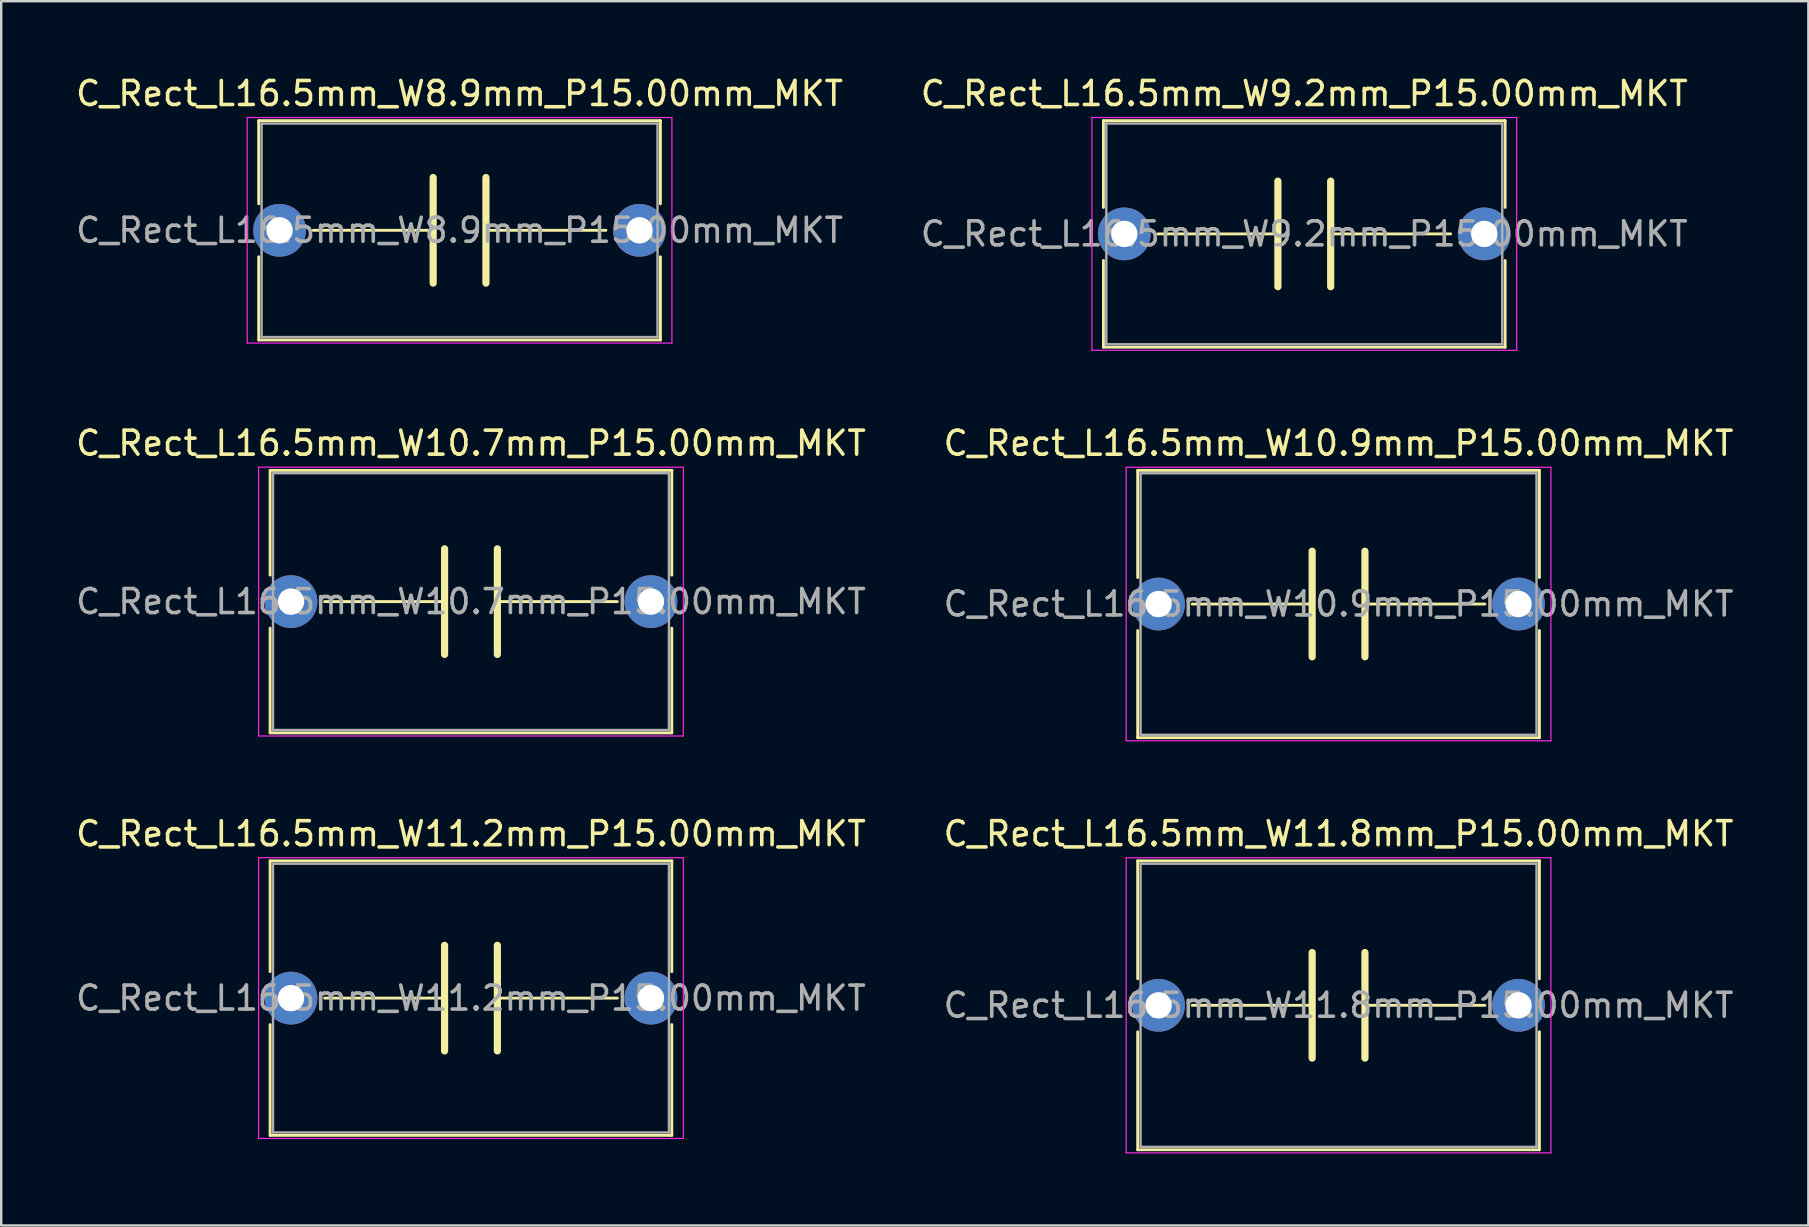
<source format=kicad_pcb>
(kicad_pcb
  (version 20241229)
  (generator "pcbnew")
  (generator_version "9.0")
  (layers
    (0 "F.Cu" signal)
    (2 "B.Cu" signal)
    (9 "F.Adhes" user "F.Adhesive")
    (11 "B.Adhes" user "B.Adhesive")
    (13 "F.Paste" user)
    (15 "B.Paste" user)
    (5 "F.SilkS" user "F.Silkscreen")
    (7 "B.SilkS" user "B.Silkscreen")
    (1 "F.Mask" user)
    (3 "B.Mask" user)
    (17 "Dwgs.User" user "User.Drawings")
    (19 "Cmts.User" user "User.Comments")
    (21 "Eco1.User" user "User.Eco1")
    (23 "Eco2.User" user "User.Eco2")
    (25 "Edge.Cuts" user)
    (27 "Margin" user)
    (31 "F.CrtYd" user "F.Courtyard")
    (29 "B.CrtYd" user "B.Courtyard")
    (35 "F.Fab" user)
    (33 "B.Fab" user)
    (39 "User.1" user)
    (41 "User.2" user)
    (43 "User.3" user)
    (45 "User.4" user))
  (footprint "C_Rect_L16.5mm_W11.2mm_P15.00mm_MKT"
    (layer "F.Cu")
    (at 9.077 38.545)
    (property "Reference" "C_Rect_L16.5mm_W11.2mm_P15.00mm_MKT" (at 7.5 -6.85 0) (layer "F.SilkS") (effects (font (size 1 1) (thickness 0.15))))
    (attr through_hole)
    (fp_line (start -0.87 -5.72) (end -0.87 -1.104) (stroke (width 0.12) (type solid)) (layer "F.SilkS"))
    (fp_line (start -0.87 -5.72) (end 15.87 -5.72) (stroke (width 0.12) (type solid)) (layer "F.SilkS"))
    (fp_line (start -0.87 1.104) (end -0.87 5.72) (stroke (width 0.12) (type solid)) (layer "F.SilkS"))
    (fp_line (start -0.87 5.72) (end 15.87 5.72) (stroke (width 0.12) (type solid)) (layer "F.SilkS"))
    (fp_line (start 1.4 0) (end 6.4 0) (stroke (width 0.12) (type solid)) (layer "F.SilkS"))
    (fp_line (start 6.4 -2.2) (end 6.4 2.2) (stroke (width 0.3) (type solid)) (layer "F.SilkS"))
    (fp_line (start 8.6 -2.2) (end 8.6 2.2) (stroke (width 0.3) (type solid)) (layer "F.SilkS"))
    (fp_line (start 8.6 0) (end 13.6 0) (stroke (width 0.12) (type solid)) (layer "F.SilkS"))
    (fp_line (start 15.87 -5.72) (end 15.87 -1.104) (stroke (width 0.12) (type solid)) (layer "F.SilkS"))
    (fp_line (start 15.87 1.104) (end 15.87 5.72) (stroke (width 0.12) (type solid)) (layer "F.SilkS"))
    (fp_line (start -1.35 -5.85) (end -1.35 5.85) (stroke (width 0.05) (type solid)) (layer "F.CrtYd"))
    (fp_line (start -1.35 5.85) (end 16.35 5.85) (stroke (width 0.05) (type solid)) (layer "F.CrtYd"))
    (fp_line (start 16.35 -5.85) (end -1.35 -5.85) (stroke (width 0.05) (type solid)) (layer "F.CrtYd"))
    (fp_line (start 16.35 5.85) (end 16.35 -5.85) (stroke (width 0.05) (type solid)) (layer "F.CrtYd"))
    (fp_line (start -0.75 -5.6) (end -0.75 5.6) (stroke (width 0.1) (type solid)) (layer "F.Fab"))
    (fp_line (start -0.75 5.6) (end 15.75 5.6) (stroke (width 0.1) (type solid)) (layer "F.Fab"))
    (fp_line (start 15.75 -5.6) (end -0.75 -5.6) (stroke (width 0.1) (type solid)) (layer "F.Fab"))
    (fp_line (start 15.75 5.6) (end 15.75 -5.6) (stroke (width 0.1) (type solid)) (layer "F.Fab"))
    (fp_text user "${REFERENCE}" (at 7.5 0 0) (layer "F.Fab") (effects (font (size 1 1) (thickness 0.15))))
    (pad "1" thru_hole circle (at 0 0) (size 2.2 2.2) (drill 1.1) (layers "*.Cu" "*.Mask"))
    (pad "2" thru_hole circle (at 15 0) (size 2.2 2.2) (drill 1.1) (layers "*.Cu" "*.Mask")))
  (footprint "C_Rect_L16.5mm_W10.9mm_P15.00mm_MKT"
    (layer "F.Cu")
    (at 45.232 22.122)
    (property "Reference" "C_Rect_L16.5mm_W10.9mm_P15.00mm_MKT" (at 7.5 -6.7 0) (layer "F.SilkS") (effects (font (size 1 1) (thickness 0.15))))
    (attr through_hole)
    (fp_line (start -0.87 -5.57) (end -0.87 -1.104) (stroke (width 0.12) (type solid)) (layer "F.SilkS"))
    (fp_line (start -0.87 -5.57) (end 15.87 -5.57) (stroke (width 0.12) (type solid)) (layer "F.SilkS"))
    (fp_line (start -0.87 1.104) (end -0.87 5.57) (stroke (width 0.12) (type solid)) (layer "F.SilkS"))
    (fp_line (start -0.87 5.57) (end 15.87 5.57) (stroke (width 0.12) (type solid)) (layer "F.SilkS"))
    (fp_line (start 1.4 0) (end 6.4 0) (stroke (width 0.12) (type solid)) (layer "F.SilkS"))
    (fp_line (start 6.4 -2.2) (end 6.4 2.2) (stroke (width 0.3) (type solid)) (layer "F.SilkS"))
    (fp_line (start 8.6 -2.2) (end 8.6 2.2) (stroke (width 0.3) (type solid)) (layer "F.SilkS"))
    (fp_line (start 8.6 0) (end 13.6 0) (stroke (width 0.12) (type solid)) (layer "F.SilkS"))
    (fp_line (start 15.87 -5.57) (end 15.87 -1.104) (stroke (width 0.12) (type solid)) (layer "F.SilkS"))
    (fp_line (start 15.87 1.104) (end 15.87 5.57) (stroke (width 0.12) (type solid)) (layer "F.SilkS"))
    (fp_line (start -1.35 -5.7) (end -1.35 5.7) (stroke (width 0.05) (type solid)) (layer "F.CrtYd"))
    (fp_line (start -1.35 5.7) (end 16.35 5.7) (stroke (width 0.05) (type solid)) (layer "F.CrtYd"))
    (fp_line (start 16.35 -5.7) (end -1.35 -5.7) (stroke (width 0.05) (type solid)) (layer "F.CrtYd"))
    (fp_line (start 16.35 5.7) (end 16.35 -5.7) (stroke (width 0.05) (type solid)) (layer "F.CrtYd"))
    (fp_line (start -0.75 -5.45) (end -0.75 5.45) (stroke (width 0.1) (type solid)) (layer "F.Fab"))
    (fp_line (start -0.75 5.45) (end 15.75 5.45) (stroke (width 0.1) (type solid)) (layer "F.Fab"))
    (fp_line (start 15.75 -5.45) (end -0.75 -5.45) (stroke (width 0.1) (type solid)) (layer "F.Fab"))
    (fp_line (start 15.75 5.45) (end 15.75 -5.45) (stroke (width 0.1) (type solid)) (layer "F.Fab"))
    (fp_text user "${REFERENCE}" (at 7.5 0 0) (layer "F.Fab") (effects (font (size 1 1) (thickness 0.15))))
    (pad "1" thru_hole circle (at 0 0) (size 2.2 2.2) (drill 1.1) (layers "*.Cu" "*.Mask"))
    (pad "2" thru_hole circle (at 15 0) (size 2.2 2.2) (drill 1.1) (layers "*.Cu" "*.Mask")))
  (footprint "C_Rect_L16.5mm_W8.9mm_P15.00mm_MKT"
    (layer "F.Cu")
    (at 8.601 6.548)
    (property "Reference" "C_Rect_L16.5mm_W8.9mm_P15.00mm_MKT" (at 7.5 -5.7 0) (layer "F.SilkS") (effects (font (size 1 1) (thickness 0.15))))
    (attr through_hole)
    (fp_line (start -0.87 -4.57) (end -0.87 -1.104) (stroke (width 0.12) (type solid)) (layer "F.SilkS"))
    (fp_line (start -0.87 -4.57) (end 15.87 -4.57) (stroke (width 0.12) (type solid)) (layer "F.SilkS"))
    (fp_line (start -0.87 1.104) (end -0.87 4.57) (stroke (width 0.12) (type solid)) (layer "F.SilkS"))
    (fp_line (start -0.87 4.57) (end 15.87 4.57) (stroke (width 0.12) (type solid)) (layer "F.SilkS"))
    (fp_line (start 1.4 0) (end 6.4 0) (stroke (width 0.12) (type solid)) (layer "F.SilkS"))
    (fp_line (start 6.4 -2.2) (end 6.4 2.2) (stroke (width 0.3) (type solid)) (layer "F.SilkS"))
    (fp_line (start 8.6 -2.2) (end 8.6 2.2) (stroke (width 0.3) (type solid)) (layer "F.SilkS"))
    (fp_line (start 8.6 0) (end 13.6 0) (stroke (width 0.12) (type solid)) (layer "F.SilkS"))
    (fp_line (start 15.87 -4.57) (end 15.87 -1.104) (stroke (width 0.12) (type solid)) (layer "F.SilkS"))
    (fp_line (start 15.87 1.104) (end 15.87 4.57) (stroke (width 0.12) (type solid)) (layer "F.SilkS"))
    (fp_line (start -1.35 -4.7) (end -1.35 4.7) (stroke (width 0.05) (type solid)) (layer "F.CrtYd"))
    (fp_line (start -1.35 4.7) (end 16.35 4.7) (stroke (width 0.05) (type solid)) (layer "F.CrtYd"))
    (fp_line (start 16.35 -4.7) (end -1.35 -4.7) (stroke (width 0.05) (type solid)) (layer "F.CrtYd"))
    (fp_line (start 16.35 4.7) (end 16.35 -4.7) (stroke (width 0.05) (type solid)) (layer "F.CrtYd"))
    (fp_line (start -0.75 -4.45) (end -0.75 4.45) (stroke (width 0.1) (type solid)) (layer "F.Fab"))
    (fp_line (start -0.75 4.45) (end 15.75 4.45) (stroke (width 0.1) (type solid)) (layer "F.Fab"))
    (fp_line (start 15.75 -4.45) (end -0.75 -4.45) (stroke (width 0.1) (type solid)) (layer "F.Fab"))
    (fp_line (start 15.75 4.45) (end 15.75 -4.45) (stroke (width 0.1) (type solid)) (layer "F.Fab"))
    (fp_text user "${REFERENCE}" (at 7.5 0 0) (layer "F.Fab") (effects (font (size 1 1) (thickness 0.15))))
    (pad "1" thru_hole circle (at 0 0) (size 2.2 2.2) (drill 1.1) (layers "*.Cu" "*.Mask"))
    (pad "2" thru_hole circle (at 15 0) (size 2.2 2.2) (drill 1.1) (layers "*.Cu" "*.Mask")))
  (footprint "C_Rect_L16.5mm_W10.7mm_P15.00mm_MKT"
    (layer "F.Cu")
    (at 9.077 22.021)
    (property "Reference" "C_Rect_L16.5mm_W10.7mm_P15.00mm_MKT" (at 7.5 -6.6 0) (layer "F.SilkS") (effects (font (size 1 1) (thickness 0.15))))
    (attr through_hole)
    (fp_line (start -0.87 -5.47) (end -0.87 -1.104) (stroke (width 0.12) (type solid)) (layer "F.SilkS"))
    (fp_line (start -0.87 -5.47) (end 15.87 -5.47) (stroke (width 0.12) (type solid)) (layer "F.SilkS"))
    (fp_line (start -0.87 1.104) (end -0.87 5.47) (stroke (width 0.12) (type solid)) (layer "F.SilkS"))
    (fp_line (start -0.87 5.47) (end 15.87 5.47) (stroke (width 0.12) (type solid)) (layer "F.SilkS"))
    (fp_line (start 1.4 0) (end 6.4 0) (stroke (width 0.12) (type solid)) (layer "F.SilkS"))
    (fp_line (start 6.4 -2.2) (end 6.4 2.2) (stroke (width 0.3) (type solid)) (layer "F.SilkS"))
    (fp_line (start 8.6 -2.2) (end 8.6 2.2) (stroke (width 0.3) (type solid)) (layer "F.SilkS"))
    (fp_line (start 8.6 0) (end 13.6 0) (stroke (width 0.12) (type solid)) (layer "F.SilkS"))
    (fp_line (start 15.87 -5.47) (end 15.87 -1.104) (stroke (width 0.12) (type solid)) (layer "F.SilkS"))
    (fp_line (start 15.87 1.104) (end 15.87 5.47) (stroke (width 0.12) (type solid)) (layer "F.SilkS"))
    (fp_line (start -1.35 -5.6) (end -1.35 5.6) (stroke (width 0.05) (type solid)) (layer "F.CrtYd"))
    (fp_line (start -1.35 5.6) (end 16.35 5.6) (stroke (width 0.05) (type solid)) (layer "F.CrtYd"))
    (fp_line (start 16.35 -5.6) (end -1.35 -5.6) (stroke (width 0.05) (type solid)) (layer "F.CrtYd"))
    (fp_line (start 16.35 5.6) (end 16.35 -5.6) (stroke (width 0.05) (type solid)) (layer "F.CrtYd"))
    (fp_line (start -0.75 -5.35) (end -0.75 5.35) (stroke (width 0.1) (type solid)) (layer "F.Fab"))
    (fp_line (start -0.75 5.35) (end 15.75 5.35) (stroke (width 0.1) (type solid)) (layer "F.Fab"))
    (fp_line (start 15.75 -5.35) (end -0.75 -5.35) (stroke (width 0.1) (type solid)) (layer "F.Fab"))
    (fp_line (start 15.75 5.35) (end 15.75 -5.35) (stroke (width 0.1) (type solid)) (layer "F.Fab"))
    (fp_text user "${REFERENCE}" (at 7.5 0 0) (layer "F.Fab") (effects (font (size 1 1) (thickness 0.15))))
    (pad "1" thru_hole circle (at 0 0) (size 2.2 2.2) (drill 1.1) (layers "*.Cu" "*.Mask"))
    (pad "2" thru_hole circle (at 15 0) (size 2.2 2.2) (drill 1.1) (layers "*.Cu" "*.Mask")))
  (footprint "C_Rect_L16.5mm_W11.8mm_P15.00mm_MKT"
    (layer "F.Cu")
    (at 45.232 38.845)
    (property "Reference" "C_Rect_L16.5mm_W11.8mm_P15.00mm_MKT" (at 7.5 -7.15 0) (layer "F.SilkS") (effects (font (size 1 1) (thickness 0.15))))
    (attr through_hole)
    (fp_line (start -0.87 -6.02) (end -0.87 -1.104) (stroke (width 0.12) (type solid)) (layer "F.SilkS"))
    (fp_line (start -0.87 -6.02) (end 15.87 -6.02) (stroke (width 0.12) (type solid)) (layer "F.SilkS"))
    (fp_line (start -0.87 1.104) (end -0.87 6.02) (stroke (width 0.12) (type solid)) (layer "F.SilkS"))
    (fp_line (start -0.87 6.02) (end 15.87 6.02) (stroke (width 0.12) (type solid)) (layer "F.SilkS"))
    (fp_line (start 1.4 0) (end 6.4 0) (stroke (width 0.12) (type solid)) (layer "F.SilkS"))
    (fp_line (start 6.4 -2.2) (end 6.4 2.2) (stroke (width 0.3) (type solid)) (layer "F.SilkS"))
    (fp_line (start 8.6 -2.2) (end 8.6 2.2) (stroke (width 0.3) (type solid)) (layer "F.SilkS"))
    (fp_line (start 8.6 0) (end 13.6 0) (stroke (width 0.12) (type solid)) (layer "F.SilkS"))
    (fp_line (start 15.87 -6.02) (end 15.87 -1.104) (stroke (width 0.12) (type solid)) (layer "F.SilkS"))
    (fp_line (start 15.87 1.104) (end 15.87 6.02) (stroke (width 0.12) (type solid)) (layer "F.SilkS"))
    (fp_line (start -1.35 -6.15) (end -1.35 6.15) (stroke (width 0.05) (type solid)) (layer "F.CrtYd"))
    (fp_line (start -1.35 6.15) (end 16.35 6.15) (stroke (width 0.05) (type solid)) (layer "F.CrtYd"))
    (fp_line (start 16.35 -6.15) (end -1.35 -6.15) (stroke (width 0.05) (type solid)) (layer "F.CrtYd"))
    (fp_line (start 16.35 6.15) (end 16.35 -6.15) (stroke (width 0.05) (type solid)) (layer "F.CrtYd"))
    (fp_line (start -0.75 -5.9) (end -0.75 5.9) (stroke (width 0.1) (type solid)) (layer "F.Fab"))
    (fp_line (start -0.75 5.9) (end 15.75 5.9) (stroke (width 0.1) (type solid)) (layer "F.Fab"))
    (fp_line (start 15.75 -5.9) (end -0.75 -5.9) (stroke (width 0.1) (type solid)) (layer "F.Fab"))
    (fp_line (start 15.75 5.9) (end 15.75 -5.9) (stroke (width 0.1) (type solid)) (layer "F.Fab"))
    (fp_text user "${REFERENCE}" (at 7.5 0 0) (layer "F.Fab") (effects (font (size 1 1) (thickness 0.15))))
    (pad "1" thru_hole circle (at 0 0) (size 2.2 2.2) (drill 1.1) (layers "*.Cu" "*.Mask"))
    (pad "2" thru_hole circle (at 15 0) (size 2.2 2.2) (drill 1.1) (layers "*.Cu" "*.Mask")))
  (footprint "C_Rect_L16.5mm_W9.2mm_P15.00mm_MKT"
    (layer "F.Cu")
    (at 43.804 6.698)
    (property "Reference" "C_Rect_L16.5mm_W9.2mm_P15.00mm_MKT" (at 7.5 -5.85 0) (layer "F.SilkS") (effects (font (size 1 1) (thickness 0.15))))
    (attr through_hole)
    (fp_line (start -0.87 -4.72) (end -0.87 -1.104) (stroke (width 0.12) (type solid)) (layer "F.SilkS"))
    (fp_line (start -0.87 -4.72) (end 15.87 -4.72) (stroke (width 0.12) (type solid)) (layer "F.SilkS"))
    (fp_line (start -0.87 1.104) (end -0.87 4.72) (stroke (width 0.12) (type solid)) (layer "F.SilkS"))
    (fp_line (start -0.87 4.72) (end 15.87 4.72) (stroke (width 0.12) (type solid)) (layer "F.SilkS"))
    (fp_line (start 1.4 0) (end 6.4 0) (stroke (width 0.12) (type solid)) (layer "F.SilkS"))
    (fp_line (start 6.4 -2.2) (end 6.4 2.2) (stroke (width 0.3) (type solid)) (layer "F.SilkS"))
    (fp_line (start 8.6 -2.2) (end 8.6 2.2) (stroke (width 0.3) (type solid)) (layer "F.SilkS"))
    (fp_line (start 8.6 0) (end 13.6 0) (stroke (width 0.12) (type solid)) (layer "F.SilkS"))
    (fp_line (start 15.87 -4.72) (end 15.87 -1.104) (stroke (width 0.12) (type solid)) (layer "F.SilkS"))
    (fp_line (start 15.87 1.104) (end 15.87 4.72) (stroke (width 0.12) (type solid)) (layer "F.SilkS"))
    (fp_line (start -1.35 -4.85) (end -1.35 4.85) (stroke (width 0.05) (type solid)) (layer "F.CrtYd"))
    (fp_line (start -1.35 4.85) (end 16.35 4.85) (stroke (width 0.05) (type solid)) (layer "F.CrtYd"))
    (fp_line (start 16.35 -4.85) (end -1.35 -4.85) (stroke (width 0.05) (type solid)) (layer "F.CrtYd"))
    (fp_line (start 16.35 4.85) (end 16.35 -4.85) (stroke (width 0.05) (type solid)) (layer "F.CrtYd"))
    (fp_line (start -0.75 -4.6) (end -0.75 4.6) (stroke (width 0.1) (type solid)) (layer "F.Fab"))
    (fp_line (start -0.75 4.6) (end 15.75 4.6) (stroke (width 0.1) (type solid)) (layer "F.Fab"))
    (fp_line (start 15.75 -4.6) (end -0.75 -4.6) (stroke (width 0.1) (type solid)) (layer "F.Fab"))
    (fp_line (start 15.75 4.6) (end 15.75 -4.6) (stroke (width 0.1) (type solid)) (layer "F.Fab"))
    (fp_text user "${REFERENCE}" (at 7.5 0 0) (layer "F.Fab") (effects (font (size 1 1) (thickness 0.15))))
    (pad "1" thru_hole circle (at 0 0) (size 2.2 2.2) (drill 1.1) (layers "*.Cu" "*.Mask"))
    (pad "2" thru_hole circle (at 15 0) (size 2.2 2.2) (drill 1.1) (layers "*.Cu" "*.Mask")))
  (gr_rect
    (start -3 -3)
    (end 72.31 48.02)
    (stroke (width 0.1) (type default))
    (fill no)
    (layer "Edge.Cuts")))
</source>
